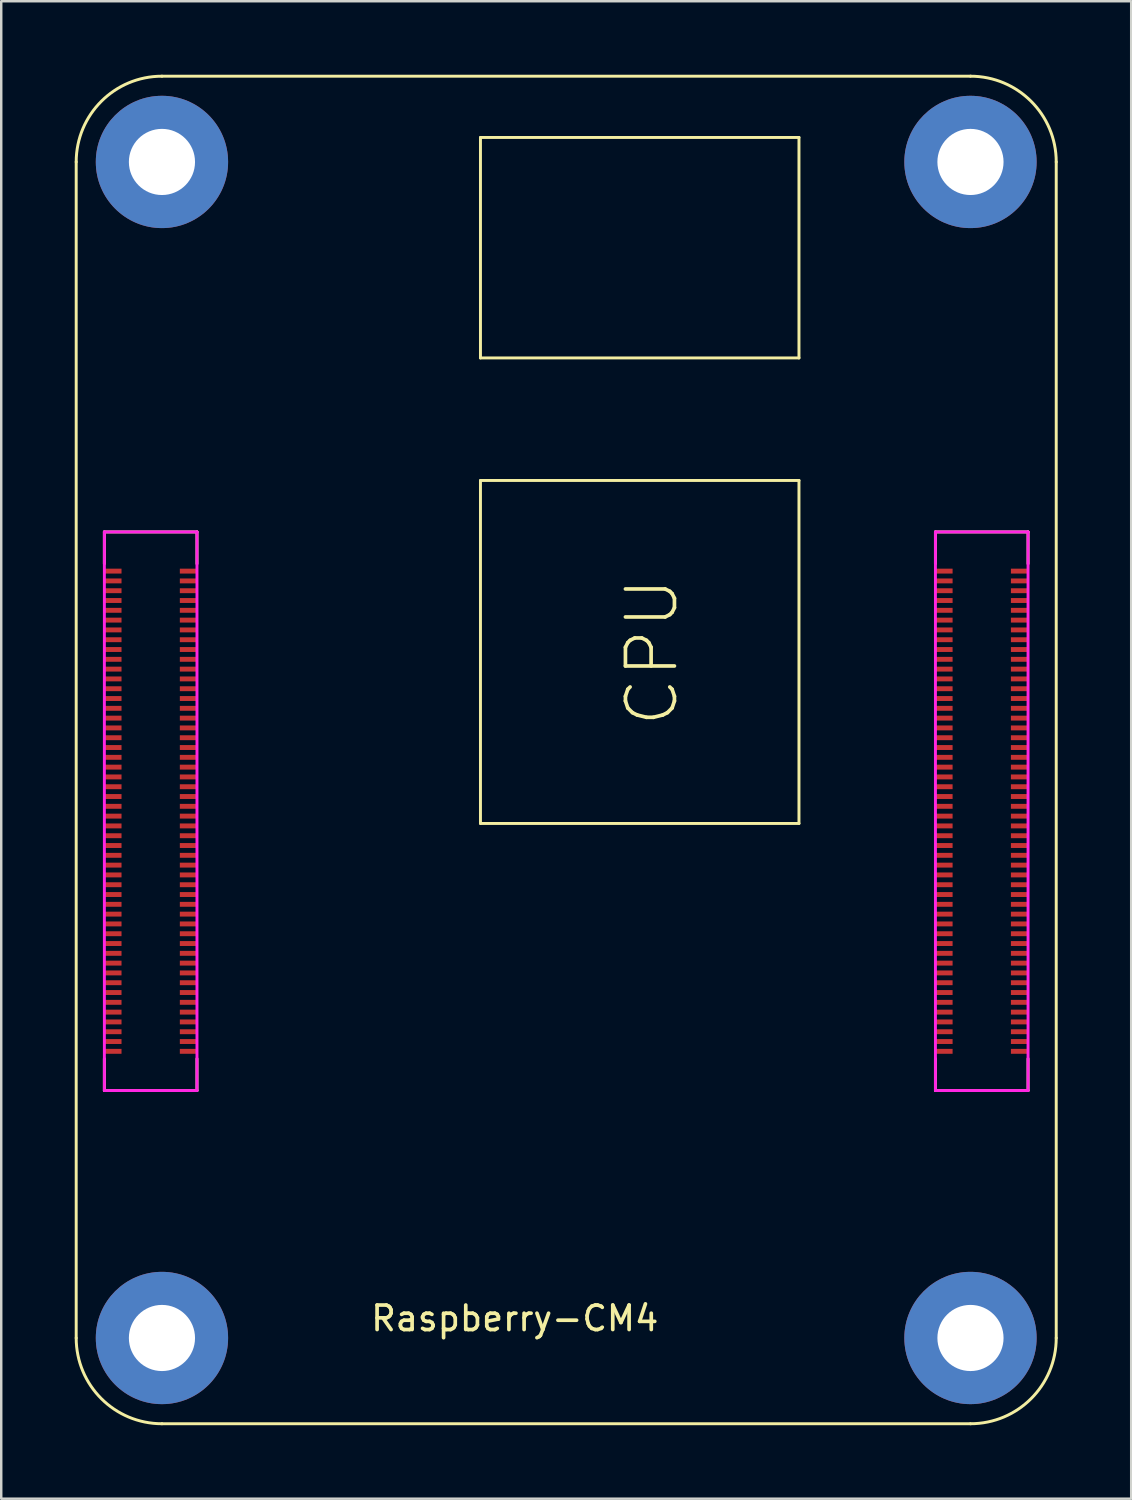
<source format=kicad_pcb>
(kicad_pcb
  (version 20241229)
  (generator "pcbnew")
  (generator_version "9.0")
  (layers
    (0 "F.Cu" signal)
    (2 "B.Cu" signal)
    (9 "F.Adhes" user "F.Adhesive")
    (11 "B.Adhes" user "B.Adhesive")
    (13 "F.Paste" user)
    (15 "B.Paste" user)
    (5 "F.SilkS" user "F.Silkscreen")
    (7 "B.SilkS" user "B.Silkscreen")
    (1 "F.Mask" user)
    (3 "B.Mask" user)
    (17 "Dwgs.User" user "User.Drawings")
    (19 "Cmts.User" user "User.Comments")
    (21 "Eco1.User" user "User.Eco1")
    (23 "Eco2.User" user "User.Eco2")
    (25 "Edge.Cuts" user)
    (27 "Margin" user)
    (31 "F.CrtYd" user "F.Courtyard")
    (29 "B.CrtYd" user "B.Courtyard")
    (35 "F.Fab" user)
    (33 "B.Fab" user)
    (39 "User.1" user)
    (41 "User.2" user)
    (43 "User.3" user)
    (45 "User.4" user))
  (footprint "Raspberry-CM4"
    (layer "F.Cu")
    (at 3.56 51.56)
    (property "Reference" "Raspberry-CM4" (at 14.4 -0.8 0) (layer "F.SilkS") (effects (font (size 1 1) (thickness 0.15))))
    (attr through_hole)
    (fp_line (start -3.5 0) (end -3.5 -48) (stroke (width 0.12) (type solid)) (layer "F.SilkS"))
    (fp_line (start -2.35 -32.9) (end 1.43 -32.9) (stroke (width 0.12) (type solid)) (layer "F.SilkS"))
    (fp_line (start -2.35 -31.6) (end -2.35 -32.9) (stroke (width 0.12) (type solid)) (layer "F.SilkS"))
    (fp_line (start -2.35 -11.4) (end -2.35 -10.1) (stroke (width 0.12) (type solid)) (layer "F.SilkS"))
    (fp_line (start 0 -51.5) (end 33 -51.5) (stroke (width 0.12) (type solid)) (layer "F.SilkS"))
    (fp_line (start 0 3.5) (end 33 3.5) (stroke (width 0.12) (type solid)) (layer "F.SilkS"))
    (fp_line (start 1.43 -32.9) (end 1.43 -31.6) (stroke (width 0.12) (type solid)) (layer "F.SilkS"))
    (fp_line (start 1.43 -11.4) (end 1.43 -10.1) (stroke (width 0.12) (type solid)) (layer "F.SilkS"))
    (fp_line (start 1.43 -10.1) (end -2.35 -10.1) (stroke (width 0.12) (type solid)) (layer "F.SilkS"))
    (fp_line (start 13 -49) (end 26 -49) (stroke (width 0.12) (type solid)) (layer "F.SilkS"))
    (fp_line (start 13 -40) (end 13 -49) (stroke (width 0.12) (type solid)) (layer "F.SilkS"))
    (fp_line (start 13 -35) (end 26 -35) (stroke (width 0.12) (type solid)) (layer "F.SilkS"))
    (fp_line (start 13 -21) (end 13 -35) (stroke (width 0.12) (type solid)) (layer "F.SilkS"))
    (fp_line (start 26 -49) (end 26 -40) (stroke (width 0.12) (type solid)) (layer "F.SilkS"))
    (fp_line (start 26 -40) (end 13 -40) (stroke (width 0.12) (type solid)) (layer "F.SilkS"))
    (fp_line (start 26 -35) (end 26 -21) (stroke (width 0.12) (type solid)) (layer "F.SilkS"))
    (fp_line (start 26 -21) (end 13 -21) (stroke (width 0.12) (type solid)) (layer "F.SilkS"))
    (fp_line (start 31.57 -32.9) (end 35.35 -32.9) (stroke (width 0.12) (type solid)) (layer "F.SilkS"))
    (fp_line (start 31.57 -31.6) (end 31.57 -32.9) (stroke (width 0.12) (type solid)) (layer "F.SilkS"))
    (fp_line (start 31.57 -11.4) (end 31.57 -10.1) (stroke (width 0.12) (type solid)) (layer "F.SilkS"))
    (fp_line (start 35.35 -32.9) (end 35.35 -31.6) (stroke (width 0.12) (type solid)) (layer "F.SilkS"))
    (fp_line (start 35.35 -11.4) (end 35.35 -10.1) (stroke (width 0.12) (type solid)) (layer "F.SilkS"))
    (fp_line (start 35.35 -10.1) (end 31.57 -10.1) (stroke (width 0.12) (type solid)) (layer "F.SilkS"))
    (fp_line (start 36.5 -48) (end 36.5 0) (stroke (width 0.12) (type solid)) (layer "F.SilkS"))
    (fp_arc (start -3.5 -48) (mid -2.474874 -50.474874) (end 0 -51.5) (stroke (width 0.12) (type solid)) (layer "F.SilkS"))
    (fp_arc (start 0 3.5) (mid -2.474874 2.474874) (end -3.5 0) (stroke (width 0.12) (type solid)) (layer "F.SilkS"))
    (fp_arc (start 33 -51.5) (mid 35.474874 -50.474874) (end 36.5 -48) (stroke (width 0.12) (type solid)) (layer "F.SilkS"))
    (fp_arc (start 36.5 0) (mid 35.474874 2.474874) (end 33 3.5) (stroke (width 0.12) (type solid)) (layer "F.SilkS"))
    (fp_line (start -2.35 -32.9) (end 1.43 -32.9) (stroke (width 0.12) (type solid)) (layer "F.CrtYd"))
    (fp_line (start -2.35 -10.1) (end -2.35 -32.9) (stroke (width 0.12) (type solid)) (layer "F.CrtYd"))
    (fp_line (start 1.43 -32.9) (end 1.43 -10.1) (stroke (width 0.12) (type solid)) (layer "F.CrtYd"))
    (fp_line (start 1.43 -10.1) (end -2.35 -10.1) (stroke (width 0.12) (type solid)) (layer "F.CrtYd"))
    (fp_line (start 31.57 -32.9) (end 35.35 -32.9) (stroke (width 0.12) (type solid)) (layer "F.CrtYd"))
    (fp_line (start 31.57 -10.1) (end 31.57 -32.9) (stroke (width 0.12) (type solid)) (layer "F.CrtYd"))
    (fp_line (start 35.35 -32.9) (end 35.35 -10.1) (stroke (width 0.12) (type solid)) (layer "F.CrtYd"))
    (fp_line (start 35.35 -10.1) (end 31.57 -10.1) (stroke (width 0.12) (type solid)) (layer "F.CrtYd"))
    (fp_text user "CPU" (at 20 -28 90) (layer "F.SilkS") (effects (font (size 2 2) (thickness 0.15))))
    (pad "" np_thru_hole circle (at 0 -48 270) (size 5.4 5.4) (drill 2.7) (layers "*.Cu" "*.Mask"))
    (pad "" np_thru_hole circle (at 0 0 270) (size 5.4 5.4) (drill 2.7) (layers "*.Cu" "*.Mask"))
    (pad "" np_thru_hole circle (at 33 -48 270) (size 5.4 5.4) (drill 2.7) (layers "*.Cu" "*.Mask"))
    (pad "" np_thru_hole circle (at 33 0 270) (size 5.4 5.4) (drill 2.7) (layers "*.Cu" "*.Mask"))
    (pad "1" smd rect (at -2 -31.3 270) (size 0.2 0.7) (layers "F.Cu" "F.Mask" "F.Paste"))
    (pad "2" smd rect (at 1.08 -31.3 270) (size 0.2 0.7) (layers "F.Cu" "F.Mask" "F.Paste"))
    (pad "3" smd rect (at -2 -30.9 270) (size 0.2 0.7) (layers "F.Cu" "F.Mask" "F.Paste"))
    (pad "4" smd rect (at 1.08 -30.9 270) (size 0.2 0.7) (layers "F.Cu" "F.Mask" "F.Paste"))
    (pad "5" smd rect (at -2 -30.5 270) (size 0.2 0.7) (layers "F.Cu" "F.Mask" "F.Paste"))
    (pad "6" smd rect (at 1.08 -30.5 270) (size 0.2 0.7) (layers "F.Cu" "F.Mask" "F.Paste"))
    (pad "7" smd rect (at -2 -30.1 270) (size 0.2 0.7) (layers "F.Cu" "F.Mask" "F.Paste"))
    (pad "8" smd rect (at 1.08 -30.1 270) (size 0.2 0.7) (layers "F.Cu" "F.Mask" "F.Paste"))
    (pad "9" smd rect (at -2 -29.7 270) (size 0.2 0.7) (layers "F.Cu" "F.Mask" "F.Paste"))
    (pad "10" smd rect (at 1.08 -29.7 270) (size 0.2 0.7) (layers "F.Cu" "F.Mask" "F.Paste"))
    (pad "11" smd rect (at -2 -29.3 270) (size 0.2 0.7) (layers "F.Cu" "F.Mask" "F.Paste"))
    (pad "12" smd rect (at 1.08 -29.3 270) (size 0.2 0.7) (layers "F.Cu" "F.Mask" "F.Paste"))
    (pad "13" smd rect (at -2 -28.9 270) (size 0.2 0.7) (layers "F.Cu" "F.Mask" "F.Paste"))
    (pad "14" smd rect (at 1.08 -28.9 270) (size 0.2 0.7) (layers "F.Cu" "F.Mask" "F.Paste"))
    (pad "15" smd rect (at -2 -28.5 270) (size 0.2 0.7) (layers "F.Cu" "F.Mask" "F.Paste"))
    (pad "16" smd rect (at 1.08 -28.5 270) (size 0.2 0.7) (layers "F.Cu" "F.Mask" "F.Paste"))
    (pad "17" smd rect (at -2 -28.1 270) (size 0.2 0.7) (layers "F.Cu" "F.Mask" "F.Paste"))
    (pad "18" smd rect (at 1.08 -28.1 270) (size 0.2 0.7) (layers "F.Cu" "F.Mask" "F.Paste"))
    (pad "19" smd rect (at -2 -27.7 270) (size 0.2 0.7) (layers "F.Cu" "F.Mask" "F.Paste"))
    (pad "20" smd rect (at 1.08 -27.7 270) (size 0.2 0.7) (layers "F.Cu" "F.Mask" "F.Paste"))
    (pad "21" smd rect (at -2 -27.3 270) (size 0.2 0.7) (layers "F.Cu" "F.Mask" "F.Paste"))
    (pad "22" smd rect (at 1.08 -27.3 270) (size 0.2 0.7) (layers "F.Cu" "F.Mask" "F.Paste"))
    (pad "23" smd rect (at -2 -26.9 270) (size 0.2 0.7) (layers "F.Cu" "F.Mask" "F.Paste"))
    (pad "24" smd rect (at 1.08 -26.9 270) (size 0.2 0.7) (layers "F.Cu" "F.Mask" "F.Paste"))
    (pad "25" smd rect (at -2 -26.5 270) (size 0.2 0.7) (layers "F.Cu" "F.Mask" "F.Paste"))
    (pad "26" smd rect (at 1.08 -26.5 270) (size 0.2 0.7) (layers "F.Cu" "F.Mask" "F.Paste"))
    (pad "27" smd rect (at -2 -26.1 270) (size 0.2 0.7) (layers "F.Cu" "F.Mask" "F.Paste"))
    (pad "28" smd rect (at 1.08 -26.1 270) (size 0.2 0.7) (layers "F.Cu" "F.Mask" "F.Paste"))
    (pad "29" smd rect (at -2 -25.7 270) (size 0.2 0.7) (layers "F.Cu" "F.Mask" "F.Paste"))
    (pad "30" smd rect (at 1.08 -25.7 270) (size 0.2 0.7) (layers "F.Cu" "F.Mask" "F.Paste"))
    (pad "31" smd rect (at -2 -25.3 270) (size 0.2 0.7) (layers "F.Cu" "F.Mask" "F.Paste"))
    (pad "32" smd rect (at 1.08 -25.3 270) (size 0.2 0.7) (layers "F.Cu" "F.Mask" "F.Paste"))
    (pad "33" smd rect (at -2 -24.9 270) (size 0.2 0.7) (layers "F.Cu" "F.Mask" "F.Paste"))
    (pad "34" smd rect (at 1.08 -24.9 270) (size 0.2 0.7) (layers "F.Cu" "F.Mask" "F.Paste"))
    (pad "35" smd rect (at -2 -24.5 270) (size 0.2 0.7) (layers "F.Cu" "F.Mask" "F.Paste"))
    (pad "36" smd rect (at 1.08 -24.5 270) (size 0.2 0.7) (layers "F.Cu" "F.Mask" "F.Paste"))
    (pad "37" smd rect (at -2 -24.1 270) (size 0.2 0.7) (layers "F.Cu" "F.Mask" "F.Paste"))
    (pad "38" smd rect (at 1.08 -24.1 270) (size 0.2 0.7) (layers "F.Cu" "F.Mask" "F.Paste"))
    (pad "39" smd rect (at -2 -23.7 270) (size 0.2 0.7) (layers "F.Cu" "F.Mask" "F.Paste"))
    (pad "40" smd rect (at 1.08 -23.7 270) (size 0.2 0.7) (layers "F.Cu" "F.Mask" "F.Paste"))
    (pad "41" smd rect (at -2 -23.3 270) (size 0.2 0.7) (layers "F.Cu" "F.Mask" "F.Paste"))
    (pad "42" smd rect (at 1.08 -23.3 270) (size 0.2 0.7) (layers "F.Cu" "F.Mask" "F.Paste"))
    (pad "43" smd rect (at -2 -22.9 270) (size 0.2 0.7) (layers "F.Cu" "F.Mask" "F.Paste"))
    (pad "44" smd rect (at 1.08 -22.9 270) (size 0.2 0.7) (layers "F.Cu" "F.Mask" "F.Paste"))
    (pad "45" smd rect (at -2 -22.5 270) (size 0.2 0.7) (layers "F.Cu" "F.Mask" "F.Paste"))
    (pad "46" smd rect (at 1.08 -22.5 270) (size 0.2 0.7) (layers "F.Cu" "F.Mask" "F.Paste"))
    (pad "47" smd rect (at -2 -22.1 270) (size 0.2 0.7) (layers "F.Cu" "F.Mask" "F.Paste"))
    (pad "48" smd rect (at 1.08 -22.1 270) (size 0.2 0.7) (layers "F.Cu" "F.Mask" "F.Paste"))
    (pad "49" smd rect (at -2 -21.7 270) (size 0.2 0.7) (layers "F.Cu" "F.Mask" "F.Paste"))
    (pad "50" smd rect (at 1.08 -21.7 270) (size 0.2 0.7) (layers "F.Cu" "F.Mask" "F.Paste"))
    (pad "51" smd rect (at -2 -21.3 270) (size 0.2 0.7) (layers "F.Cu" "F.Mask" "F.Paste"))
    (pad "52" smd rect (at 1.08 -21.3 270) (size 0.2 0.7) (layers "F.Cu" "F.Mask" "F.Paste"))
    (pad "53" smd rect (at -2 -20.9 270) (size 0.2 0.7) (layers "F.Cu" "F.Mask" "F.Paste"))
    (pad "54" smd rect (at 1.08 -20.9 270) (size 0.2 0.7) (layers "F.Cu" "F.Mask" "F.Paste"))
    (pad "55" smd rect (at -2 -20.5 270) (size 0.2 0.7) (layers "F.Cu" "F.Mask" "F.Paste"))
    (pad "56" smd rect (at 1.08 -20.5 270) (size 0.2 0.7) (layers "F.Cu" "F.Mask" "F.Paste"))
    (pad "57" smd rect (at -2 -20.1 270) (size 0.2 0.7) (layers "F.Cu" "F.Mask" "F.Paste"))
    (pad "58" smd rect (at 1.08 -20.1 270) (size 0.2 0.7) (layers "F.Cu" "F.Mask" "F.Paste"))
    (pad "59" smd rect (at -2 -19.7 270) (size 0.2 0.7) (layers "F.Cu" "F.Mask" "F.Paste"))
    (pad "60" smd rect (at 1.08 -19.7 270) (size 0.2 0.7) (layers "F.Cu" "F.Mask" "F.Paste"))
    (pad "61" smd rect (at -2 -19.3 270) (size 0.2 0.7) (layers "F.Cu" "F.Mask" "F.Paste"))
    (pad "62" smd rect (at 1.08 -19.3 270) (size 0.2 0.7) (layers "F.Cu" "F.Mask" "F.Paste"))
    (pad "63" smd rect (at -2 -18.9 270) (size 0.2 0.7) (layers "F.Cu" "F.Mask" "F.Paste"))
    (pad "64" smd rect (at 1.08 -18.9 270) (size 0.2 0.7) (layers "F.Cu" "F.Mask" "F.Paste"))
    (pad "65" smd rect (at -2 -18.5 270) (size 0.2 0.7) (layers "F.Cu" "F.Mask" "F.Paste"))
    (pad "66" smd rect (at 1.08 -18.5 270) (size 0.2 0.7) (layers "F.Cu" "F.Mask" "F.Paste"))
    (pad "67" smd rect (at -2 -18.1 270) (size 0.2 0.7) (layers "F.Cu" "F.Mask" "F.Paste"))
    (pad "68" smd rect (at 1.08 -18.1 270) (size 0.2 0.7) (layers "F.Cu" "F.Mask" "F.Paste"))
    (pad "69" smd rect (at -2 -17.7 270) (size 0.2 0.7) (layers "F.Cu" "F.Mask" "F.Paste"))
    (pad "70" smd rect (at 1.08 -17.7 270) (size 0.2 0.7) (layers "F.Cu" "F.Mask" "F.Paste"))
    (pad "71" smd rect (at -2 -17.3 270) (size 0.2 0.7) (layers "F.Cu" "F.Mask" "F.Paste"))
    (pad "72" smd rect (at 1.08 -17.3 270) (size 0.2 0.7) (layers "F.Cu" "F.Mask" "F.Paste"))
    (pad "73" smd rect (at -2 -16.9 270) (size 0.2 0.7) (layers "F.Cu" "F.Mask" "F.Paste"))
    (pad "74" smd rect (at 1.08 -16.9 270) (size 0.2 0.7) (layers "F.Cu" "F.Mask" "F.Paste"))
    (pad "75" smd rect (at -2 -16.5 270) (size 0.2 0.7) (layers "F.Cu" "F.Mask" "F.Paste"))
    (pad "76" smd rect (at 1.08 -16.5 270) (size 0.2 0.7) (layers "F.Cu" "F.Mask" "F.Paste"))
    (pad "77" smd rect (at -2 -16.1 270) (size 0.2 0.7) (layers "F.Cu" "F.Mask" "F.Paste"))
    (pad "78" smd rect (at 1.08 -16.1 270) (size 0.2 0.7) (layers "F.Cu" "F.Mask" "F.Paste"))
    (pad "79" smd rect (at -2 -15.7 270) (size 0.2 0.7) (layers "F.Cu" "F.Mask" "F.Paste"))
    (pad "80" smd rect (at 1.08 -15.7 270) (size 0.2 0.7) (layers "F.Cu" "F.Mask" "F.Paste"))
    (pad "81" smd rect (at -2 -15.3 270) (size 0.2 0.7) (layers "F.Cu" "F.Mask" "F.Paste"))
    (pad "82" smd rect (at 1.08 -15.3 270) (size 0.2 0.7) (layers "F.Cu" "F.Mask" "F.Paste"))
    (pad "83" smd rect (at -2 -14.9 270) (size 0.2 0.7) (layers "F.Cu" "F.Mask" "F.Paste"))
    (pad "84" smd rect (at 1.08 -14.9 270) (size 0.2 0.7) (layers "F.Cu" "F.Mask" "F.Paste"))
    (pad "85" smd rect (at -2 -14.5 270) (size 0.2 0.7) (layers "F.Cu" "F.Mask" "F.Paste"))
    (pad "86" smd rect (at 1.08 -14.5 270) (size 0.2 0.7) (layers "F.Cu" "F.Mask" "F.Paste"))
    (pad "87" smd rect (at -2 -14.1 270) (size 0.2 0.7) (layers "F.Cu" "F.Mask" "F.Paste"))
    (pad "88" smd rect (at 1.08 -14.1 270) (size 0.2 0.7) (layers "F.Cu" "F.Mask" "F.Paste"))
    (pad "89" smd rect (at -2 -13.7 270) (size 0.2 0.7) (layers "F.Cu" "F.Mask" "F.Paste"))
    (pad "90" smd rect (at 1.08 -13.7 270) (size 0.2 0.7) (layers "F.Cu" "F.Mask" "F.Paste"))
    (pad "91" smd rect (at -2 -13.3 270) (size 0.2 0.7) (layers "F.Cu" "F.Mask" "F.Paste"))
    (pad "92" smd rect (at 1.08 -13.3 270) (size 0.2 0.7) (layers "F.Cu" "F.Mask" "F.Paste"))
    (pad "93" smd rect (at -2 -12.9 270) (size 0.2 0.7) (layers "F.Cu" "F.Mask" "F.Paste"))
    (pad "94" smd rect (at 1.08 -12.9 270) (size 0.2 0.7) (layers "F.Cu" "F.Mask" "F.Paste"))
    (pad "95" smd rect (at -2 -12.5 270) (size 0.2 0.7) (layers "F.Cu" "F.Mask" "F.Paste"))
    (pad "96" smd rect (at 1.08 -12.5 270) (size 0.2 0.7) (layers "F.Cu" "F.Mask" "F.Paste"))
    (pad "97" smd rect (at -2 -12.1 270) (size 0.2 0.7) (layers "F.Cu" "F.Mask" "F.Paste"))
    (pad "98" smd rect (at 1.08 -12.1 270) (size 0.2 0.7) (layers "F.Cu" "F.Mask" "F.Paste"))
    (pad "99" smd rect (at -2 -11.7 270) (size 0.2 0.7) (layers "F.Cu" "F.Mask" "F.Paste"))
    (pad "100" smd rect (at 1.08 -11.7 270) (size 0.2 0.7) (layers "F.Cu" "F.Mask" "F.Paste"))
    (pad "101" smd rect (at 31.92 -31.3 270) (size 0.2 0.7) (layers "F.Cu" "F.Mask" "F.Paste"))
    (pad "102" smd rect (at 35 -31.3 270) (size 0.2 0.7) (layers "F.Cu" "F.Mask" "F.Paste"))
    (pad "103" smd rect (at 31.92 -30.9 270) (size 0.2 0.7) (layers "F.Cu" "F.Mask" "F.Paste"))
    (pad "104" smd rect (at 35 -30.9 270) (size 0.2 0.7) (layers "F.Cu" "F.Mask" "F.Paste"))
    (pad "105" smd rect (at 31.92 -30.5 270) (size 0.2 0.7) (layers "F.Cu" "F.Mask" "F.Paste"))
    (pad "106" smd rect (at 35 -30.5 270) (size 0.2 0.7) (layers "F.Cu" "F.Mask" "F.Paste"))
    (pad "107" smd rect (at 31.92 -30.1 270) (size 0.2 0.7) (layers "F.Cu" "F.Mask" "F.Paste"))
    (pad "108" smd rect (at 35 -30.1 270) (size 0.2 0.7) (layers "F.Cu" "F.Mask" "F.Paste"))
    (pad "109" smd rect (at 31.92 -29.7 270) (size 0.2 0.7) (layers "F.Cu" "F.Mask" "F.Paste"))
    (pad "110" smd rect (at 35 -29.7 270) (size 0.2 0.7) (layers "F.Cu" "F.Mask" "F.Paste"))
    (pad "111" smd rect (at 31.92 -29.3 270) (size 0.2 0.7) (layers "F.Cu" "F.Mask" "F.Paste"))
    (pad "112" smd rect (at 35 -29.3 270) (size 0.2 0.7) (layers "F.Cu" "F.Mask" "F.Paste"))
    (pad "113" smd rect (at 31.92 -28.9 270) (size 0.2 0.7) (layers "F.Cu" "F.Mask" "F.Paste"))
    (pad "114" smd rect (at 35 -28.9 270) (size 0.2 0.7) (layers "F.Cu" "F.Mask" "F.Paste"))
    (pad "115" smd rect (at 31.92 -28.5 270) (size 0.2 0.7) (layers "F.Cu" "F.Mask" "F.Paste"))
    (pad "116" smd rect (at 35 -28.5 270) (size 0.2 0.7) (layers "F.Cu" "F.Mask" "F.Paste"))
    (pad "117" smd rect (at 31.92 -28.1 270) (size 0.2 0.7) (layers "F.Cu" "F.Mask" "F.Paste"))
    (pad "118" smd rect (at 35 -28.1 270) (size 0.2 0.7) (layers "F.Cu" "F.Mask" "F.Paste"))
    (pad "119" smd rect (at 31.92 -27.7 270) (size 0.2 0.7) (layers "F.Cu" "F.Mask" "F.Paste"))
    (pad "120" smd rect (at 35 -27.7 270) (size 0.2 0.7) (layers "F.Cu" "F.Mask" "F.Paste"))
    (pad "121" smd rect (at 31.92 -27.3 270) (size 0.2 0.7) (layers "F.Cu" "F.Mask" "F.Paste"))
    (pad "122" smd rect (at 35 -27.3 270) (size 0.2 0.7) (layers "F.Cu" "F.Mask" "F.Paste"))
    (pad "123" smd rect (at 31.92 -26.9 270) (size 0.2 0.7) (layers "F.Cu" "F.Mask" "F.Paste"))
    (pad "124" smd rect (at 35 -26.9 270) (size 0.2 0.7) (layers "F.Cu" "F.Mask" "F.Paste"))
    (pad "125" smd rect (at 31.92 -26.5 270) (size 0.2 0.7) (layers "F.Cu" "F.Mask" "F.Paste"))
    (pad "126" smd rect (at 35 -26.5 270) (size 0.2 0.7) (layers "F.Cu" "F.Mask" "F.Paste"))
    (pad "127" smd rect (at 31.92 -26.1 270) (size 0.2 0.7) (layers "F.Cu" "F.Mask" "F.Paste"))
    (pad "128" smd rect (at 35 -26.1 270) (size 0.2 0.7) (layers "F.Cu" "F.Mask" "F.Paste"))
    (pad "129" smd rect (at 31.92 -25.7 270) (size 0.2 0.7) (layers "F.Cu" "F.Mask" "F.Paste"))
    (pad "130" smd rect (at 35 -25.7 270) (size 0.2 0.7) (layers "F.Cu" "F.Mask" "F.Paste"))
    (pad "131" smd rect (at 31.92 -25.3 270) (size 0.2 0.7) (layers "F.Cu" "F.Mask" "F.Paste"))
    (pad "132" smd rect (at 35 -25.3 270) (size 0.2 0.7) (layers "F.Cu" "F.Mask" "F.Paste"))
    (pad "133" smd rect (at 31.92 -24.9 270) (size 0.2 0.7) (layers "F.Cu" "F.Mask" "F.Paste"))
    (pad "134" smd rect (at 35 -24.9 270) (size 0.2 0.7) (layers "F.Cu" "F.Mask" "F.Paste"))
    (pad "135" smd rect (at 31.92 -24.5 270) (size 0.2 0.7) (layers "F.Cu" "F.Mask" "F.Paste"))
    (pad "136" smd rect (at 35 -24.5 270) (size 0.2 0.7) (layers "F.Cu" "F.Mask" "F.Paste"))
    (pad "137" smd rect (at 31.92 -24.1 270) (size 0.2 0.7) (layers "F.Cu" "F.Mask" "F.Paste"))
    (pad "138" smd rect (at 35 -24.1 270) (size 0.2 0.7) (layers "F.Cu" "F.Mask" "F.Paste"))
    (pad "139" smd rect (at 31.92 -23.7 270) (size 0.2 0.7) (layers "F.Cu" "F.Mask" "F.Paste"))
    (pad "140" smd rect (at 35 -23.7 270) (size 0.2 0.7) (layers "F.Cu" "F.Mask" "F.Paste"))
    (pad "141" smd rect (at 31.92 -23.3 270) (size 0.2 0.7) (layers "F.Cu" "F.Mask" "F.Paste"))
    (pad "142" smd rect (at 35 -23.3 270) (size 0.2 0.7) (layers "F.Cu" "F.Mask" "F.Paste"))
    (pad "143" smd rect (at 31.92 -22.9 270) (size 0.2 0.7) (layers "F.Cu" "F.Mask" "F.Paste"))
    (pad "144" smd rect (at 35 -22.9 270) (size 0.2 0.7) (layers "F.Cu" "F.Mask" "F.Paste"))
    (pad "145" smd rect (at 31.92 -22.5 270) (size 0.2 0.7) (layers "F.Cu" "F.Mask" "F.Paste"))
    (pad "146" smd rect (at 35 -22.5 270) (size 0.2 0.7) (layers "F.Cu" "F.Mask" "F.Paste"))
    (pad "147" smd rect (at 31.92 -22.1 270) (size 0.2 0.7) (layers "F.Cu" "F.Mask" "F.Paste"))
    (pad "148" smd rect (at 35 -22.1 270) (size 0.2 0.7) (layers "F.Cu" "F.Mask" "F.Paste"))
    (pad "149" smd rect (at 31.92 -21.7 270) (size 0.2 0.7) (layers "F.Cu" "F.Mask" "F.Paste"))
    (pad "150" smd rect (at 35 -21.7 270) (size 0.2 0.7) (layers "F.Cu" "F.Mask" "F.Paste"))
    (pad "151" smd rect (at 31.92 -21.3 270) (size 0.2 0.7) (layers "F.Cu" "F.Mask" "F.Paste"))
    (pad "152" smd rect (at 35 -21.3 270) (size 0.2 0.7) (layers "F.Cu" "F.Mask" "F.Paste"))
    (pad "153" smd rect (at 31.92 -20.9 270) (size 0.2 0.7) (layers "F.Cu" "F.Mask" "F.Paste"))
    (pad "154" smd rect (at 35 -20.9 270) (size 0.2 0.7) (layers "F.Cu" "F.Mask" "F.Paste"))
    (pad "155" smd rect (at 31.92 -20.5 270) (size 0.2 0.7) (layers "F.Cu" "F.Mask" "F.Paste"))
    (pad "156" smd rect (at 35 -20.5 270) (size 0.2 0.7) (layers "F.Cu" "F.Mask" "F.Paste"))
    (pad "157" smd rect (at 31.92 -20.1 270) (size 0.2 0.7) (layers "F.Cu" "F.Mask" "F.Paste"))
    (pad "158" smd rect (at 35 -20.1 270) (size 0.2 0.7) (layers "F.Cu" "F.Mask" "F.Paste"))
    (pad "159" smd rect (at 31.92 -19.7 270) (size 0.2 0.7) (layers "F.Cu" "F.Mask" "F.Paste"))
    (pad "160" smd rect (at 35 -19.7 270) (size 0.2 0.7) (layers "F.Cu" "F.Mask" "F.Paste"))
    (pad "161" smd rect (at 31.92 -19.3 270) (size 0.2 0.7) (layers "F.Cu" "F.Mask" "F.Paste"))
    (pad "162" smd rect (at 35 -19.3 270) (size 0.2 0.7) (layers "F.Cu" "F.Mask" "F.Paste"))
    (pad "163" smd rect (at 31.92 -18.9 270) (size 0.2 0.7) (layers "F.Cu" "F.Mask" "F.Paste"))
    (pad "164" smd rect (at 35 -18.9 270) (size 0.2 0.7) (layers "F.Cu" "F.Mask" "F.Paste"))
    (pad "165" smd rect (at 31.92 -18.5 270) (size 0.2 0.7) (layers "F.Cu" "F.Mask" "F.Paste"))
    (pad "166" smd rect (at 35 -18.5 270) (size 0.2 0.7) (layers "F.Cu" "F.Mask" "F.Paste"))
    (pad "167" smd rect (at 31.92 -18.1 270) (size 0.2 0.7) (layers "F.Cu" "F.Mask" "F.Paste"))
    (pad "168" smd rect (at 35 -18.1 270) (size 0.2 0.7) (layers "F.Cu" "F.Mask" "F.Paste"))
    (pad "169" smd rect (at 31.92 -17.7 270) (size 0.2 0.7) (layers "F.Cu" "F.Mask" "F.Paste"))
    (pad "170" smd rect (at 35 -17.7 270) (size 0.2 0.7) (layers "F.Cu" "F.Mask" "F.Paste"))
    (pad "171" smd rect (at 31.92 -17.3 270) (size 0.2 0.7) (layers "F.Cu" "F.Mask" "F.Paste"))
    (pad "172" smd rect (at 35 -17.3 270) (size 0.2 0.7) (layers "F.Cu" "F.Mask" "F.Paste"))
    (pad "173" smd rect (at 31.92 -16.9 270) (size 0.2 0.7) (layers "F.Cu" "F.Mask" "F.Paste"))
    (pad "174" smd rect (at 35 -16.9 270) (size 0.2 0.7) (layers "F.Cu" "F.Mask" "F.Paste"))
    (pad "175" smd rect (at 31.92 -16.5 270) (size 0.2 0.7) (layers "F.Cu" "F.Mask" "F.Paste"))
    (pad "176" smd rect (at 35 -16.5 270) (size 0.2 0.7) (layers "F.Cu" "F.Mask" "F.Paste"))
    (pad "177" smd rect (at 31.92 -16.1 270) (size 0.2 0.7) (layers "F.Cu" "F.Mask" "F.Paste"))
    (pad "178" smd rect (at 35 -16.1 270) (size 0.2 0.7) (layers "F.Cu" "F.Mask" "F.Paste"))
    (pad "179" smd rect (at 31.92 -15.7 270) (size 0.2 0.7) (layers "F.Cu" "F.Mask" "F.Paste"))
    (pad "180" smd rect (at 35 -15.7 270) (size 0.2 0.7) (layers "F.Cu" "F.Mask" "F.Paste"))
    (pad "181" smd rect (at 31.92 -15.3 270) (size 0.2 0.7) (layers "F.Cu" "F.Mask" "F.Paste"))
    (pad "182" smd rect (at 35 -15.3 270) (size 0.2 0.7) (layers "F.Cu" "F.Mask" "F.Paste"))
    (pad "183" smd rect (at 31.92 -14.9 270) (size 0.2 0.7) (layers "F.Cu" "F.Mask" "F.Paste"))
    (pad "184" smd rect (at 35 -14.9 270) (size 0.2 0.7) (layers "F.Cu" "F.Mask" "F.Paste"))
    (pad "185" smd rect (at 31.92 -14.5 270) (size 0.2 0.7) (layers "F.Cu" "F.Mask" "F.Paste"))
    (pad "186" smd rect (at 35 -14.5 270) (size 0.2 0.7) (layers "F.Cu" "F.Mask" "F.Paste"))
    (pad "187" smd rect (at 31.92 -14.1 270) (size 0.2 0.7) (layers "F.Cu" "F.Mask" "F.Paste"))
    (pad "188" smd rect (at 35 -14.1 270) (size 0.2 0.7) (layers "F.Cu" "F.Mask" "F.Paste"))
    (pad "189" smd rect (at 31.92 -13.7 270) (size 0.2 0.7) (layers "F.Cu" "F.Mask" "F.Paste"))
    (pad "190" smd rect (at 35 -13.7 270) (size 0.2 0.7) (layers "F.Cu" "F.Mask" "F.Paste"))
    (pad "191" smd rect (at 31.92 -13.3 270) (size 0.2 0.7) (layers "F.Cu" "F.Mask" "F.Paste"))
    (pad "192" smd rect (at 35 -13.3 270) (size 0.2 0.7) (layers "F.Cu" "F.Mask" "F.Paste"))
    (pad "193" smd rect (at 31.92 -12.9 270) (size 0.2 0.7) (layers "F.Cu" "F.Mask" "F.Paste"))
    (pad "194" smd rect (at 35 -12.9 270) (size 0.2 0.7) (layers "F.Cu" "F.Mask" "F.Paste"))
    (pad "195" smd rect (at 31.92 -12.5 270) (size 0.2 0.7) (layers "F.Cu" "F.Mask" "F.Paste"))
    (pad "196" smd rect (at 35 -12.5 270) (size 0.2 0.7) (layers "F.Cu" "F.Mask" "F.Paste"))
    (pad "197" smd rect (at 31.92 -12.1 270) (size 0.2 0.7) (layers "F.Cu" "F.Mask" "F.Paste"))
    (pad "198" smd rect (at 35 -12.1 270) (size 0.2 0.7) (layers "F.Cu" "F.Mask" "F.Paste"))
    (pad "199" smd rect (at 31.92 -11.7 270) (size 0.2 0.7) (layers "F.Cu" "F.Mask" "F.Paste"))
    (pad "200" smd rect (at 35 -11.7 270) (size 0.2 0.7) (layers "F.Cu" "F.Mask" "F.Paste")))
  (gr_rect
    (start -3 -3)
    (end 43.12 58.12)
    (stroke (width 0.1) (type default))
    (fill no)
    (layer "Edge.Cuts")))
</source>
